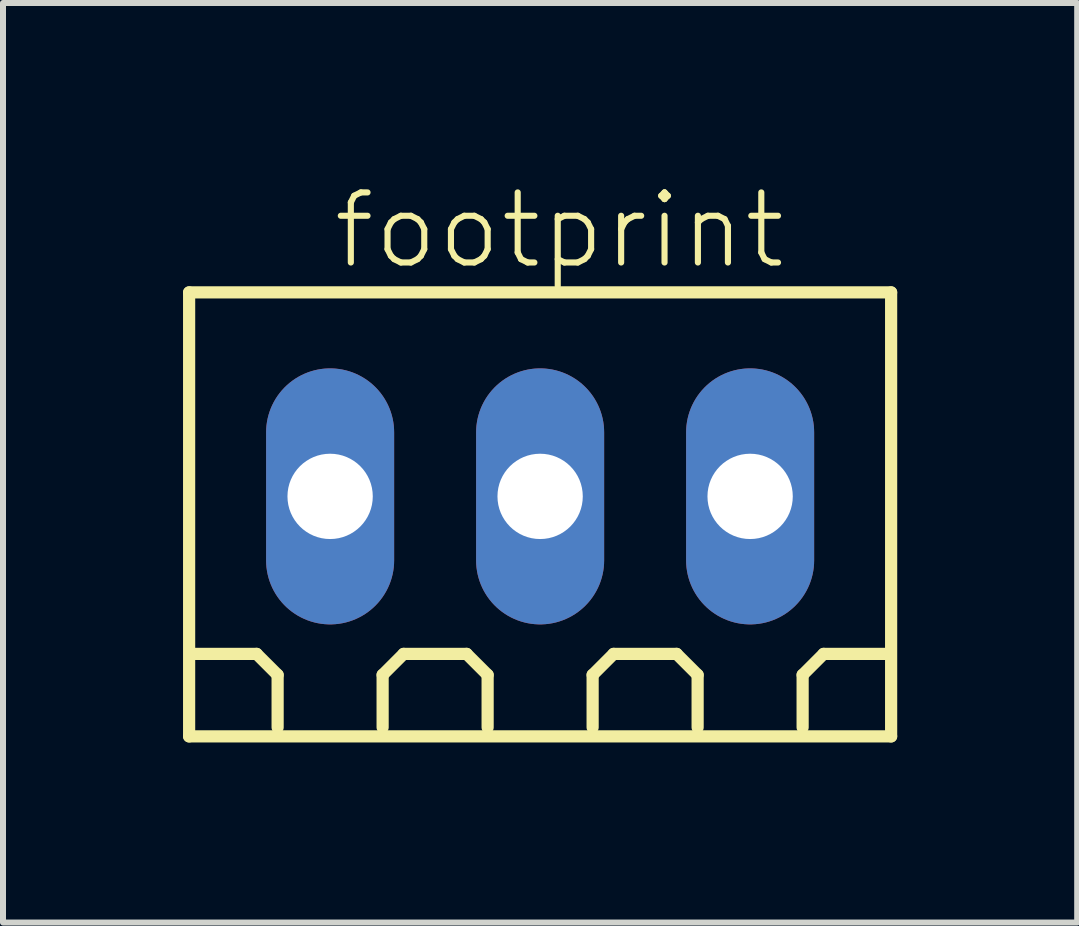
<source format=kicad_pcb>
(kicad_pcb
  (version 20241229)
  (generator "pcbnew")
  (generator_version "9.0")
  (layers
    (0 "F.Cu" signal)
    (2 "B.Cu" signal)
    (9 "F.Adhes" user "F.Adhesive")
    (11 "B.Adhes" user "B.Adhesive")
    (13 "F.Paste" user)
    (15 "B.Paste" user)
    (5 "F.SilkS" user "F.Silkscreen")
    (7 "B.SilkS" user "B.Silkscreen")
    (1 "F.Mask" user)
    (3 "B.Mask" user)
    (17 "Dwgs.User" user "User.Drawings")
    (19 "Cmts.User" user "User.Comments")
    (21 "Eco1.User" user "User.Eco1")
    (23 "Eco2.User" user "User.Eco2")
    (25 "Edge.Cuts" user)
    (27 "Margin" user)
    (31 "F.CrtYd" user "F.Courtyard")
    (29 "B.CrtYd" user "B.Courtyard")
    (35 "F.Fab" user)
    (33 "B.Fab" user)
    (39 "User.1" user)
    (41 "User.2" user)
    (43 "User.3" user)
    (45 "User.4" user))
  (footprint "footprint"
    (layer "F.Cu")
    (at 5.952 5.223)
    (property "Reference" "footprint" (at -3.5 -3.75 0) (layer "F.SilkS") (effects (font (size 1.168 1.168) (thickness 0.102)) (justify left bottom)))
    (fp_line (start -5.85 -3.4) (end 5.85 -3.4) (stroke (width 0.203) (type solid)) (layer "F.SilkS"))
    (fp_line (start -5.85 4) (end -5.85 -3.4) (stroke (width 0.203) (type solid)) (layer "F.SilkS"))
    (fp_line (start -4.725 2.625) (end -5.775 2.625) (stroke (width 0.203) (type solid)) (layer "F.SilkS"))
    (fp_line (start -4.375 2.975) (end -4.725 2.625) (stroke (width 0.203) (type solid)) (layer "F.SilkS"))
    (fp_line (start -4.375 3.85) (end -4.375 2.975) (stroke (width 0.203) (type solid)) (layer "F.SilkS"))
    (fp_line (start -2.625 2.975) (end -2.275 2.625) (stroke (width 0.203) (type solid)) (layer "F.SilkS"))
    (fp_line (start -2.625 3.85) (end -2.625 2.975) (stroke (width 0.203) (type solid)) (layer "F.SilkS"))
    (fp_line (start -2.275 2.625) (end -1.225 2.625) (stroke (width 0.203) (type solid)) (layer "F.SilkS"))
    (fp_line (start -1.225 2.625) (end -0.875 2.975) (stroke (width 0.203) (type solid)) (layer "F.SilkS"))
    (fp_line (start -0.875 2.975) (end -0.875 3.85) (stroke (width 0.203) (type solid)) (layer "F.SilkS"))
    (fp_line (start 0.875 2.975) (end 1.225 2.625) (stroke (width 0.203) (type solid)) (layer "F.SilkS"))
    (fp_line (start 0.875 3.85) (end 0.875 2.975) (stroke (width 0.203) (type solid)) (layer "F.SilkS"))
    (fp_line (start 1.225 2.625) (end 2.275 2.625) (stroke (width 0.203) (type solid)) (layer "F.SilkS"))
    (fp_line (start 2.275 2.625) (end 2.625 2.975) (stroke (width 0.203) (type solid)) (layer "F.SilkS"))
    (fp_line (start 2.625 2.975) (end 2.625 3.85) (stroke (width 0.203) (type solid)) (layer "F.SilkS"))
    (fp_line (start 4.375 2.975) (end 4.725 2.625) (stroke (width 0.203) (type solid)) (layer "F.SilkS"))
    (fp_line (start 4.375 3.85) (end 4.375 2.975) (stroke (width 0.203) (type solid)) (layer "F.SilkS"))
    (fp_line (start 5.775 2.625) (end 4.725 2.625) (stroke (width 0.203) (type solid)) (layer "F.SilkS"))
    (fp_line (start 5.85 -3.4) (end 5.85 4) (stroke (width 0.203) (type solid)) (layer "F.SilkS"))
    (fp_line (start 5.85 4) (end -5.85 4) (stroke (width 0.203) (type solid)) (layer "F.SilkS"))
    (pad "1" thru_hole oval (at -3.5 0 90) (size 4.267 2.134) (drill 1.422) (layers "*.Cu" "*.Mask"))
    (pad "2" thru_hole oval (at 0 0 90) (size 4.267 2.134) (drill 1.422) (layers "*.Cu" "*.Mask"))
    (pad "3" thru_hole oval (at 3.5 0 90) (size 4.267 2.134) (drill 1.422) (layers "*.Cu" "*.Mask")))
  (gr_rect
    (start -3 -3)
    (end 14.903 12.325)
    (stroke (width 0.1) (type default))
    (fill no)
    (layer "Edge.Cuts")))
</source>
